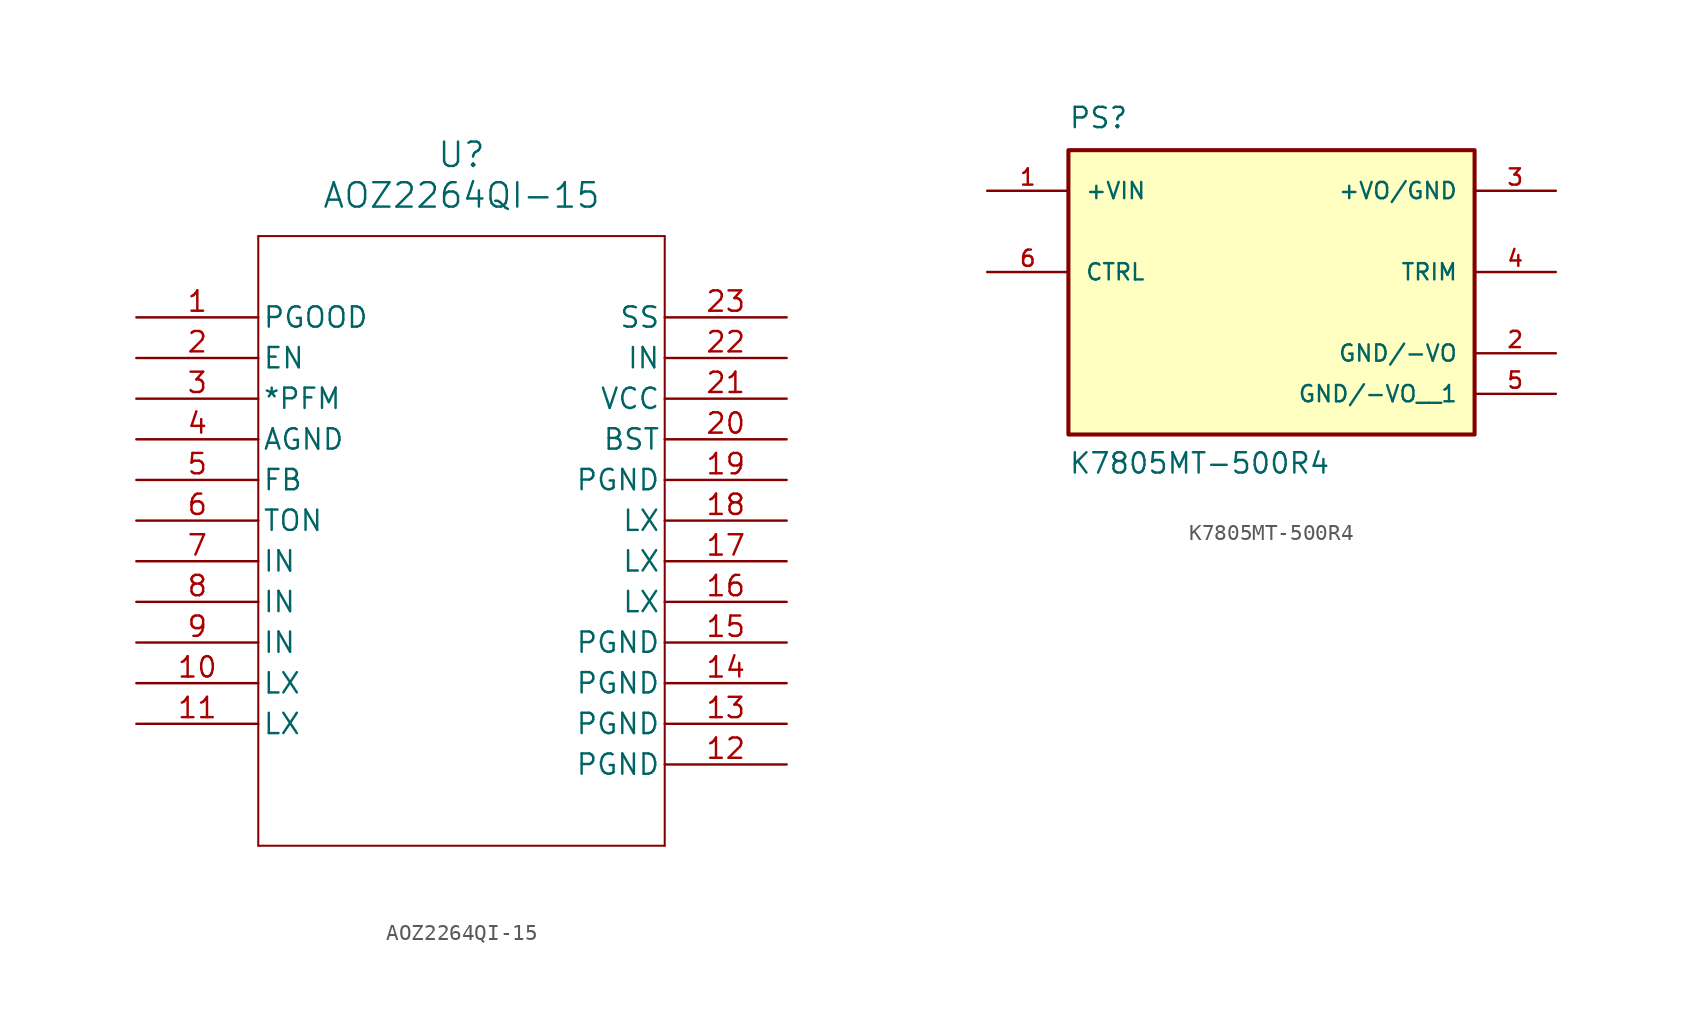
<source format=kicad_sym>
(kicad_symbol_lib
  (version 20220914)
  (generator kicad_symbol_editor)
  (symbol "AOZ2264QI-15"
    (pin_names
      (offset 0.254))
    (property "Reference" "U"
      (at 20.32 10.16 0)
      (effects (font (size 1.524 1.524))))
    (property "Value" "AOZ2264QI-15"
      (at 20.32 7.62 0)
      (effects (font (size 1.524 1.524))))
    (property "ki_locked" ""
      (at 0 0 0)
      (effects (font (size 1.27 1.27))))
    (symbol "AOZ2264QI-15_0_1"
      (polyline (pts (xy 7.62 -33.02) (xy 33.02 -33.02)) (stroke (width 0.127) (type default)) (fill (type none)))
      (polyline (pts (xy 7.62 5.08) (xy 7.62 -33.02)) (stroke (width 0.127) (type default)) (fill (type none)))
      (polyline (pts (xy 33.02 -33.02) (xy 33.02 5.08)) (stroke (width 0.127) (type default)) (fill (type none)))
      (polyline (pts (xy 33.02 5.08) (xy 7.62 5.08)) (stroke (width 0.127) (type default)) (fill (type none)))
      (pin output line (at 0 0 0) (length 7.62) (name "PGOOD" (effects (font (size 1.27 1.27)))) (number "1" (effects (font (size 1.27 1.27)))))
      (pin unspecified line (at 0 -22.86 0) (length 7.62) (name "LX" (effects (font (size 1.27 1.27)))) (number "10" (effects (font (size 1.27 1.27)))))
      (pin unspecified line (at 0 -25.4 0) (length 7.62) (name "LX" (effects (font (size 1.27 1.27)))) (number "11" (effects (font (size 1.27 1.27)))))
      (pin power_out line (at 40.64 -27.94 180) (length 7.62) (name "PGND" (effects (font (size 1.27 1.27)))) (number "12" (effects (font (size 1.27 1.27)))))
      (pin power_out line (at 40.64 -25.4 180) (length 7.62) (name "PGND" (effects (font (size 1.27 1.27)))) (number "13" (effects (font (size 1.27 1.27)))))
      (pin power_out line (at 40.64 -22.86 180) (length 7.62) (name "PGND" (effects (font (size 1.27 1.27)))) (number "14" (effects (font (size 1.27 1.27)))))
      (pin power_out line (at 40.64 -20.32 180) (length 7.62) (name "PGND" (effects (font (size 1.27 1.27)))) (number "15" (effects (font (size 1.27 1.27)))))
      (pin unspecified line (at 40.64 -17.78 180) (length 7.62) (name "LX" (effects (font (size 1.27 1.27)))) (number "16" (effects (font (size 1.27 1.27)))))
      (pin unspecified line (at 40.64 -15.24 180) (length 7.62) (name "LX" (effects (font (size 1.27 1.27)))) (number "17" (effects (font (size 1.27 1.27)))))
      (pin unspecified line (at 40.64 -12.7 180) (length 7.62) (name "LX" (effects (font (size 1.27 1.27)))) (number "18" (effects (font (size 1.27 1.27)))))
      (pin power_out line (at 40.64 -10.16 180) (length 7.62) (name "PGND" (effects (font (size 1.27 1.27)))) (number "19" (effects (font (size 1.27 1.27)))))
      (pin input line (at 0 -2.54 0) (length 7.62) (name "EN" (effects (font (size 1.27 1.27)))) (number "2" (effects (font (size 1.27 1.27)))))
      (pin power_in line (at 40.64 -7.62 180) (length 7.62) (name "BST" (effects (font (size 1.27 1.27)))) (number "20" (effects (font (size 1.27 1.27)))))
      (pin power_in line (at 40.64 -5.08 180) (length 7.62) (name "VCC" (effects (font (size 1.27 1.27)))) (number "21" (effects (font (size 1.27 1.27)))))
      (pin power_in line (at 40.64 -2.54 180) (length 7.62) (name "IN" (effects (font (size 1.27 1.27)))) (number "22" (effects (font (size 1.27 1.27)))))
      (pin unspecified line (at 40.64 0 180) (length 7.62) (name "SS" (effects (font (size 1.27 1.27)))) (number "23" (effects (font (size 1.27 1.27)))))
      (pin input line (at 0 -5.08 0) (length 7.62) (name "*PFM" (effects (font (size 1.27 1.27)))) (number "3" (effects (font (size 1.27 1.27)))))
      (pin power_out line (at 0 -7.62 0) (length 7.62) (name "AGND" (effects (font (size 1.27 1.27)))) (number "4" (effects (font (size 1.27 1.27)))))
      (pin input line (at 0 -10.16 0) (length 7.62) (name "FB" (effects (font (size 1.27 1.27)))) (number "5" (effects (font (size 1.27 1.27)))))
      (pin input line (at 0 -12.7 0) (length 7.62) (name "TON" (effects (font (size 1.27 1.27)))) (number "6" (effects (font (size 1.27 1.27)))))
      (pin power_in line (at 0 -15.24 0) (length 7.62) (name "IN" (effects (font (size 1.27 1.27)))) (number "7" (effects (font (size 1.27 1.27)))))
      (pin power_in line (at 0 -17.78 0) (length 7.62) (name "IN" (effects (font (size 1.27 1.27)))) (number "8" (effects (font (size 1.27 1.27)))))
      (pin power_in line (at 0 -20.32 0) (length 7.62) (name "IN" (effects (font (size 1.27 1.27)))) (number "9" (effects (font (size 1.27 1.27)))))))
  (symbol "K7805MT-500R4"
    (pin_names
      (offset 1.016))
    (property "Reference" "PS"
      (at -12.704 8.898 0)
      (effects (font (size 1.27 1.27)) (justify left bottom)))
    (property "Value" "K7805MT-500R4"
      (at -12.701 -12.703 0)
      (effects (font (size 1.27 1.27)) (justify left bottom)))
    (symbol "K7805MT-500R4_0_0"
      (rectangle (start -12.7 -10.16) (end 12.7 7.62) (stroke (width 0.254) (type default)) (fill (type background)))
      (pin input line (at -17.78 5.08 0) (length 5.08) (name "+VIN" (effects (font (size 1.016 1.016)))) (number "1" (effects (font (size 1.016 1.016)))))
      (pin bidirectional line (at 17.78 -5.08 180) (length 5.08) (name "GND/-VO" (effects (font (size 1.016 1.016)))) (number "2" (effects (font (size 1.016 1.016)))))
      (pin bidirectional line (at 17.78 5.08 180) (length 5.08) (name "+VO/GND" (effects (font (size 1.016 1.016)))) (number "3" (effects (font (size 1.016 1.016)))))
      (pin passive line (at 17.78 0 180) (length 5.08) (name "TRIM" (effects (font (size 1.016 1.016)))) (number "4" (effects (font (size 1.016 1.016)))))
      (pin bidirectional line (at 17.78 -7.62 180) (length 5.08) (name "GND/-VO__1" (effects (font (size 1.016 1.016)))) (number "5" (effects (font (size 1.016 1.016)))))
      (pin input line (at -17.78 0 0) (length 5.08) (name "CTRL" (effects (font (size 1.016 1.016)))) (number "6" (effects (font (size 1.016 1.016))))))))
</source>
